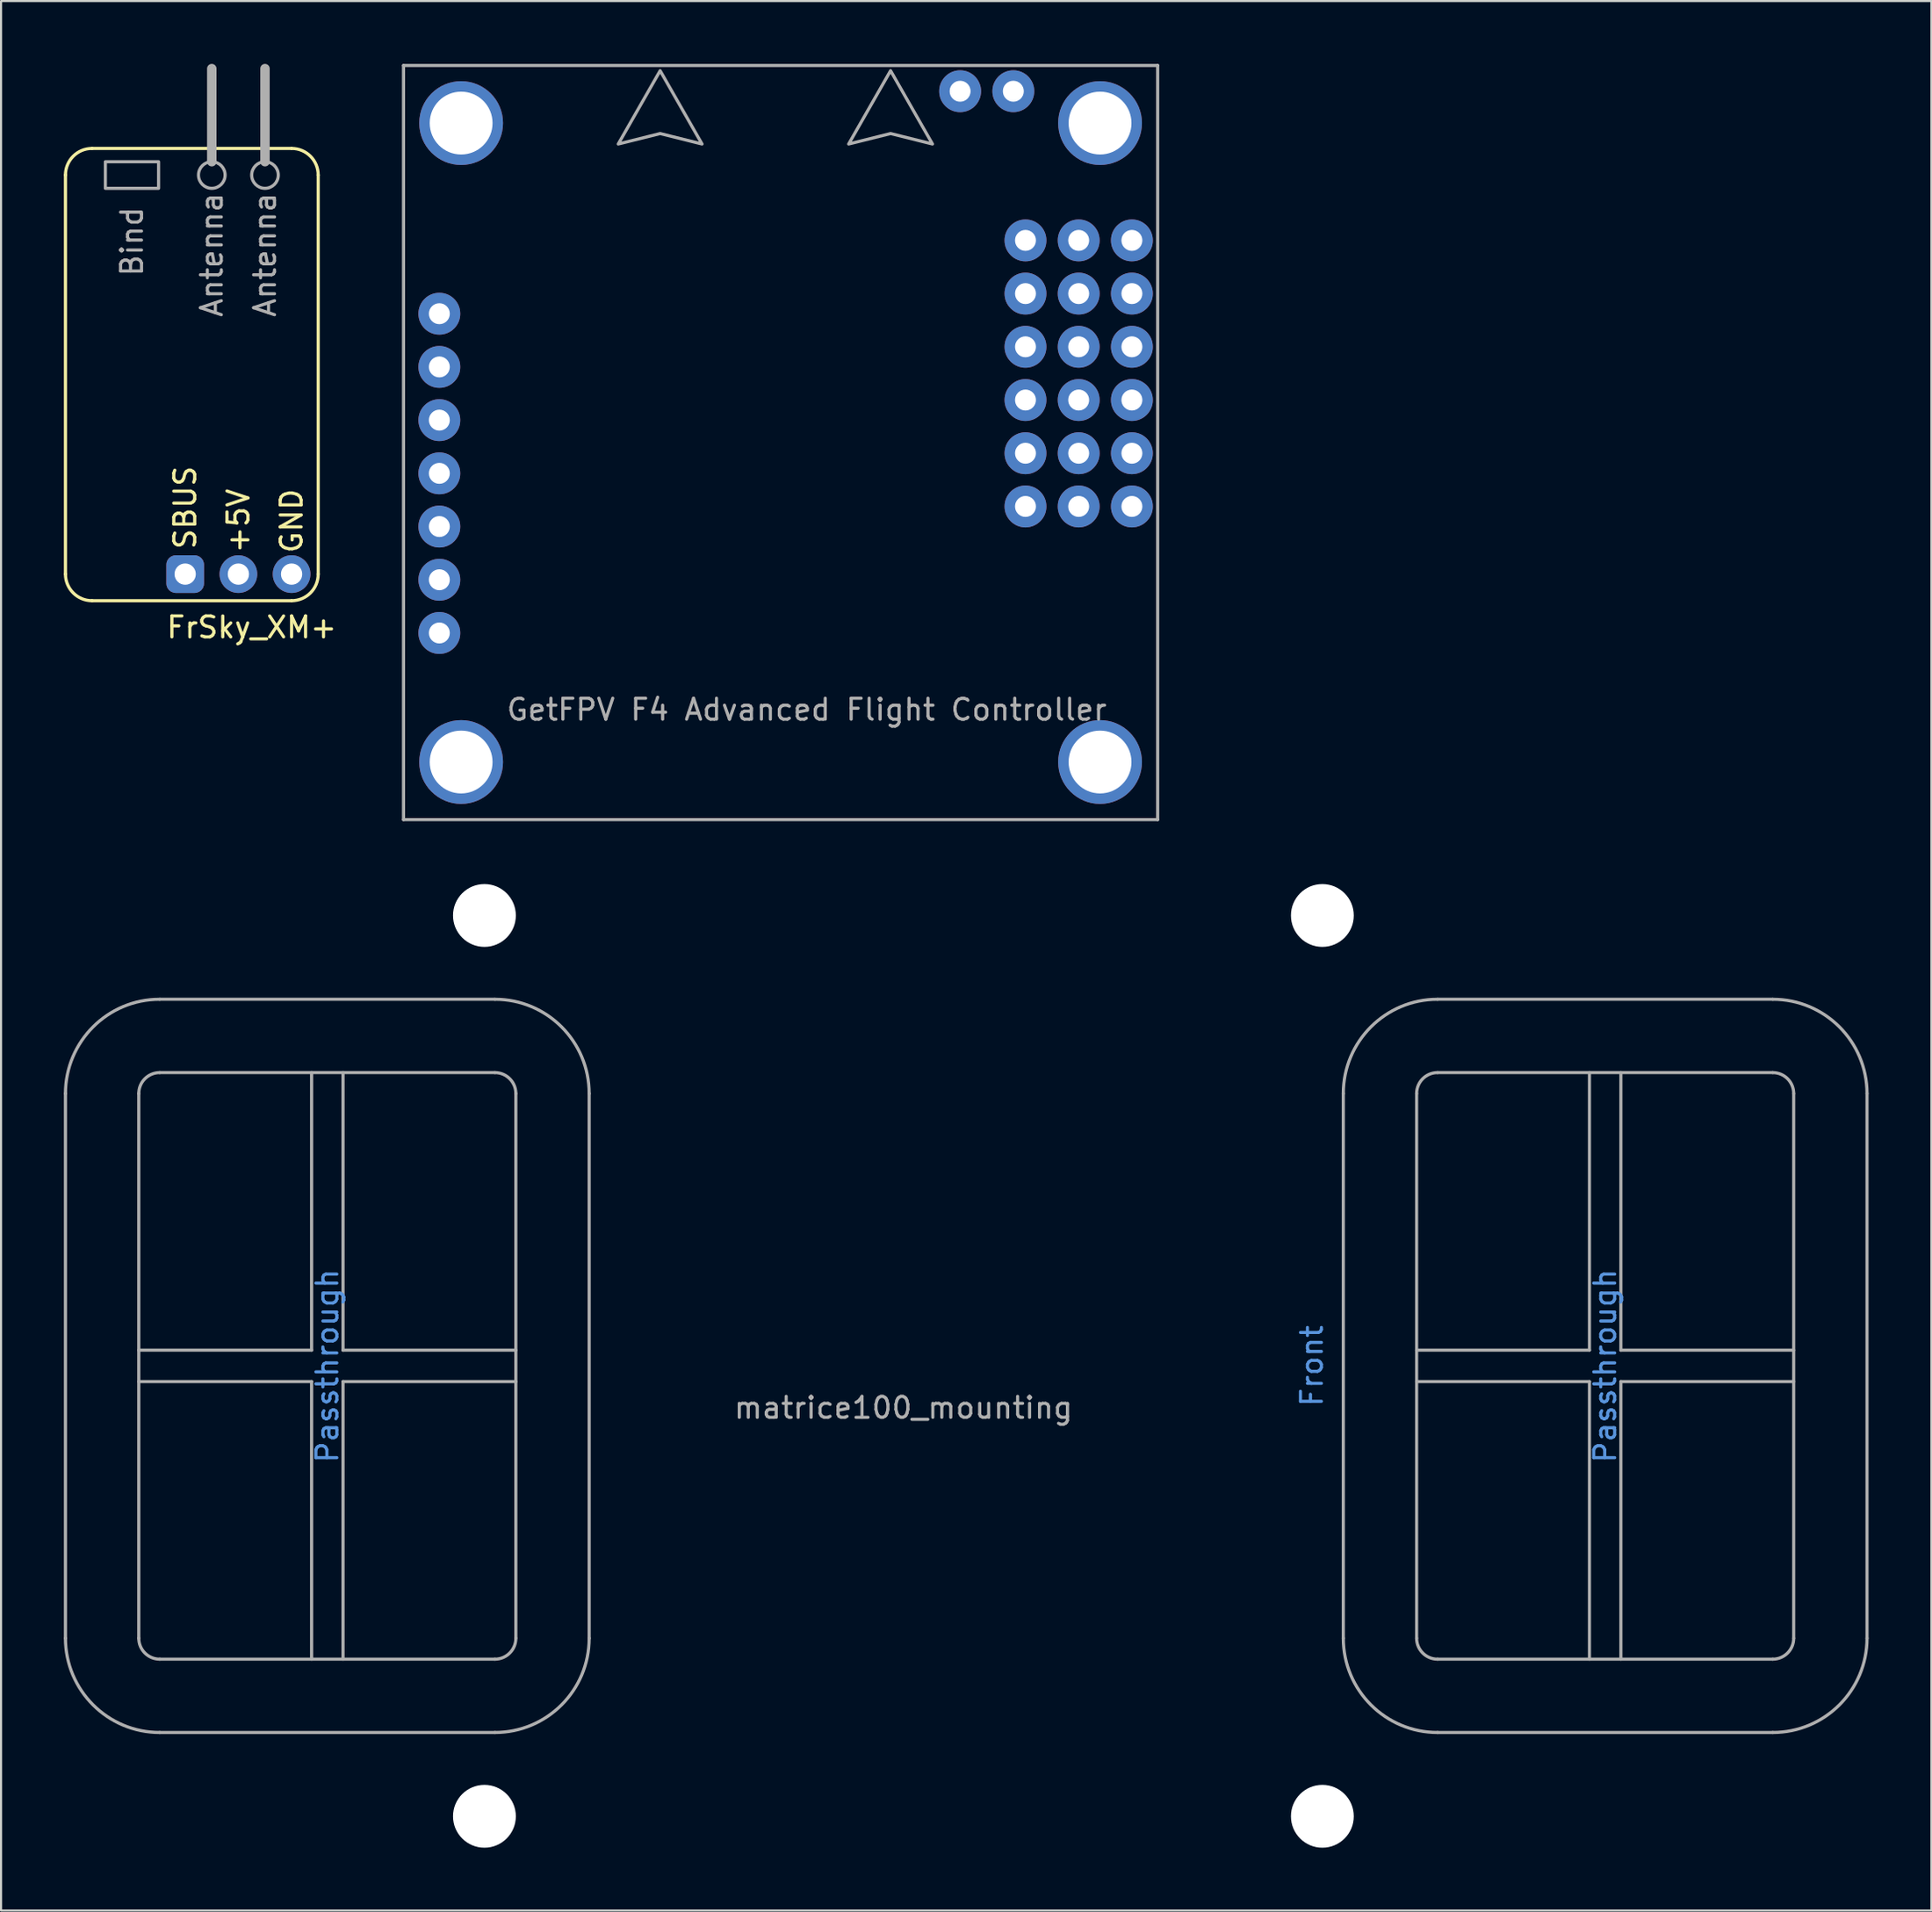
<source format=kicad_pcb>
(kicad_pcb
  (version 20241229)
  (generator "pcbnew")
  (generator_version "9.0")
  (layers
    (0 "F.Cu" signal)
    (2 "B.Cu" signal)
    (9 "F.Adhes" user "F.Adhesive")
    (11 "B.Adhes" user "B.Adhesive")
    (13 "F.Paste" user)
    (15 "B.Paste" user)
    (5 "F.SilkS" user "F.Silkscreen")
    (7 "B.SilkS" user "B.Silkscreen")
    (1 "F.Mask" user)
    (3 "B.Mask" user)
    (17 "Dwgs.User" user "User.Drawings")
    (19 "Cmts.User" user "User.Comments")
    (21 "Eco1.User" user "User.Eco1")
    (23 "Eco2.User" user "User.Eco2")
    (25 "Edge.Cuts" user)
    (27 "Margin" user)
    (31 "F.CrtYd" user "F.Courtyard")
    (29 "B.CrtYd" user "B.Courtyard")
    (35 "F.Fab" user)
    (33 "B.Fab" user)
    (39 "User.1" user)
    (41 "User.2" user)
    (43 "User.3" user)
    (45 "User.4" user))
  (footprint "GetFPV F4 Advanced Flight Controller"
    (layer "F.Cu")
    (at 18.963 33.325)
    (property "Reference" "GetFPV F4 Advanced Flight Controller" (at 16.5 -2.5 0) (layer "F.Fab") (effects (font (size 1 1) (thickness 0.15))))
    (attr through_hole)
    (fp_line (start -2.75 -33.25) (end 33.25 -33.25) (stroke (width 0.15) (type solid)) (layer "F.Fab"))
    (fp_line (start -2.75 2.75) (end -2.75 -33.25) (stroke (width 0.15) (type solid)) (layer "F.Fab"))
    (fp_line (start 33.25 -33.25) (end 33.25 2.75) (stroke (width 0.15) (type solid)) (layer "F.Fab"))
    (fp_line (start 33.25 2.75) (end -2.75 2.75) (stroke (width 0.15) (type solid)) (layer "F.Fab"))
    (fp_poly (pts (xy 9.5 -33) (xy 7.5 -29.5) (xy 9.5 -30) (xy 11.5 -29.5)) (stroke (width 0.15) (type solid)) (fill no) (layer "F.Fab"))
    (fp_poly (pts (xy 20.5 -33) (xy 18.5 -29.5) (xy 20.5 -30) (xy 22.5 -29.5)) (stroke (width 0.15) (type solid)) (fill no) (layer "F.Fab"))
    (pad "" np_thru_hole circle (at 0 -30.5 90) (size 4 4) (drill 3) (layers "*.Cu" "*.Mask"))
    (pad "" np_thru_hole circle (at 0 0 90) (size 4 4) (drill 3) (layers "*.Cu" "*.Mask"))
    (pad "" np_thru_hole circle (at 30.5 -30.5 90) (size 4 4) (drill 3) (layers "*.Cu" "*.Mask"))
    (pad "" np_thru_hole circle (at 30.5 0 90) (size 4 4) (drill 3) (layers "*.Cu" "*.Mask"))
    (pad "1" thru_hole circle (at 26.94 -24.9 90) (size 2 2) (drill 1) (layers "*.Cu" "*.Mask"))
    (pad "2" thru_hole circle (at 26.94 -22.36 90) (size 2 2) (drill 1) (layers "*.Cu" "*.Mask"))
    (pad "3" thru_hole circle (at 26.94 -19.82 90) (size 2 2) (drill 1) (layers "*.Cu" "*.Mask"))
    (pad "3V3" thru_hole circle (at 26.36 -32.02 90) (size 2 2) (drill 1) (layers "*.Cu" "*.Mask"))
    (pad "4" thru_hole circle (at 26.94 -17.28 90) (size 2 2) (drill 1) (layers "*.Cu" "*.Mask"))
    (pad "5" thru_hole circle (at 26.94 -14.74 90) (size 2 2) (drill 1) (layers "*.Cu" "*.Mask"))
    (pad "5V" thru_hole circle (at -1.04 -8.7 90) (size 2 2) (drill 1) (layers "*.Cu" "*.Mask"))
    (pad "6" thru_hole circle (at 26.94 -12.2 90) (size 2 2) (drill 1) (layers "*.Cu" "*.Mask"))
    (pad "7" thru_hole circle (at -1.04 -21.4 90) (size 2 2) (drill 1) (layers "*.Cu" "*.Mask"))
    (pad "8" thru_hole circle (at -1.04 -18.86 90) (size 2 2) (drill 1) (layers "*.Cu" "*.Mask"))
    (pad "9" thru_hole circle (at -1.04 -16.32 90) (size 2 2) (drill 1) (layers "*.Cu" "*.Mask"))
    (pad "10" thru_hole circle (at -1.04 -13.78 90) (size 2 2) (drill 1) (layers "*.Cu" "*.Mask"))
    (pad "11" thru_hole circle (at -1.04 -11.24 90) (size 2 2) (drill 1) (layers "*.Cu" "*.Mask"))
    (pad "GND" thru_hole circle (at -1.04 -6.16 90) (size 2 2) (drill 1) (layers "*.Cu" "*.Mask"))
    (pad "GND" thru_hole circle (at 23.82 -32.02 90) (size 2 2) (drill 1) (layers "*.Cu" "*.Mask"))
    (pad "GND" thru_hole circle (at 32.02 -24.9 90) (size 2 2) (drill 1) (layers "*.Cu" "*.Mask"))
    (pad "GND" thru_hole circle (at 32.02 -22.36 90) (size 2 2) (drill 1) (layers "*.Cu" "*.Mask"))
    (pad "GND" thru_hole circle (at 32.02 -19.82 90) (size 2 2) (drill 1) (layers "*.Cu" "*.Mask"))
    (pad "GND" thru_hole circle (at 32.02 -17.28 90) (size 2 2) (drill 1) (layers "*.Cu" "*.Mask"))
    (pad "GND" thru_hole circle (at 32.02 -14.74 90) (size 2 2) (drill 1) (layers "*.Cu" "*.Mask"))
    (pad "GND" thru_hole circle (at 32.02 -12.2 90) (size 2 2) (drill 1) (layers "*.Cu" "*.Mask"))
    (pad "VIN" thru_hole circle (at 29.48 -24.9 90) (size 2 2) (drill 1) (layers "*.Cu" "*.Mask"))
    (pad "VIN" thru_hole circle (at 29.48 -22.36 90) (size 2 2) (drill 1) (layers "*.Cu" "*.Mask"))
    (pad "VIN" thru_hole circle (at 29.48 -19.82 90) (size 2 2) (drill 1) (layers "*.Cu" "*.Mask"))
    (pad "VIN" thru_hole circle (at 29.48 -17.28 90) (size 2 2) (drill 1) (layers "*.Cu" "*.Mask"))
    (pad "VIN" thru_hole circle (at 29.48 -14.74 90) (size 2 2) (drill 1) (layers "*.Cu" "*.Mask"))
    (pad "VIN" thru_hole circle (at 29.48 -12.2 90) (size 2 2) (drill 1) (layers "*.Cu" "*.Mask")))
  (footprint "matrice100_mounting"
    (layer "F.Cu")
    (at 40.075 62.15)
    (property "Reference" "matrice100_mounting" (at 0 2 0) (layer "F.Fab") (effects (font (size 1 1) (thickness 0.15))))
    (attr exclude_from_pos_files exclude_from_bom)
    (fp_line (start -40 13) (end -40 -13) (stroke (width 0.15) (type solid)) (layer "F.Fab"))
    (fp_line (start -36.5 13) (end -36.5 -13) (stroke (width 0.15) (type solid)) (layer "F.Fab"))
    (fp_line (start -35.5 -17.5) (end -19.5 -17.5) (stroke (width 0.15) (type solid)) (layer "F.Fab"))
    (fp_line (start -35.5 -14) (end -19.5 -14) (stroke (width 0.15) (type solid)) (layer "F.Fab"))
    (fp_line (start -28.25 -14) (end -28.25 -0.75) (stroke (width 0.15) (type solid)) (layer "F.Fab"))
    (fp_line (start -28.25 -0.75) (end -36.5 -0.75) (stroke (width 0.15) (type solid)) (layer "F.Fab"))
    (fp_line (start -28.25 0.75) (end -36.5 0.75) (stroke (width 0.15) (type solid)) (layer "F.Fab"))
    (fp_line (start -28.25 0.75) (end -28.25 14) (stroke (width 0.15) (type solid)) (layer "F.Fab"))
    (fp_line (start -26.75 -14) (end -26.75 -0.75) (stroke (width 0.15) (type solid)) (layer "F.Fab"))
    (fp_line (start -26.75 -0.75) (end -18.5 -0.75) (stroke (width 0.15) (type solid)) (layer "F.Fab"))
    (fp_line (start -26.75 0.75) (end -26.75 14) (stroke (width 0.15) (type solid)) (layer "F.Fab"))
    (fp_line (start -26.75 0.75) (end -18.5 0.75) (stroke (width 0.15) (type solid)) (layer "F.Fab"))
    (fp_line (start -19.5 14) (end -35.5 14) (stroke (width 0.15) (type solid)) (layer "F.Fab"))
    (fp_line (start -19.5 17.5) (end -35.5 17.5) (stroke (width 0.15) (type solid)) (layer "F.Fab"))
    (fp_line (start -18.5 -13) (end -18.5 13) (stroke (width 0.15) (type solid)) (layer "F.Fab"))
    (fp_line (start -15 -13) (end -15 13) (stroke (width 0.15) (type solid)) (layer "F.Fab"))
    (fp_line (start 21 13) (end 21 -13) (stroke (width 0.15) (type solid)) (layer "F.Fab"))
    (fp_line (start 24.5 13) (end 24.5 -13) (stroke (width 0.15) (type solid)) (layer "F.Fab"))
    (fp_line (start 25.5 -17.5) (end 41.5 -17.5) (stroke (width 0.15) (type solid)) (layer "F.Fab"))
    (fp_line (start 25.5 -14) (end 41.5 -14) (stroke (width 0.15) (type solid)) (layer "F.Fab"))
    (fp_line (start 32.75 -14) (end 32.75 -0.75) (stroke (width 0.15) (type solid)) (layer "F.Fab"))
    (fp_line (start 32.75 -0.75) (end 24.5 -0.75) (stroke (width 0.15) (type solid)) (layer "F.Fab"))
    (fp_line (start 32.75 0.75) (end 24.5 0.75) (stroke (width 0.15) (type solid)) (layer "F.Fab"))
    (fp_line (start 32.75 0.75) (end 32.75 14) (stroke (width 0.15) (type solid)) (layer "F.Fab"))
    (fp_line (start 34.25 -14) (end 34.25 -0.75) (stroke (width 0.15) (type solid)) (layer "F.Fab"))
    (fp_line (start 34.25 -0.75) (end 42.5 -0.75) (stroke (width 0.15) (type solid)) (layer "F.Fab"))
    (fp_line (start 34.25 0.75) (end 34.25 14) (stroke (width 0.15) (type solid)) (layer "F.Fab"))
    (fp_line (start 34.25 0.75) (end 42.5 0.75) (stroke (width 0.15) (type solid)) (layer "F.Fab"))
    (fp_line (start 41.5 14) (end 25.5 14) (stroke (width 0.15) (type solid)) (layer "F.Fab"))
    (fp_line (start 41.5 17.5) (end 25.5 17.5) (stroke (width 0.15) (type solid)) (layer "F.Fab"))
    (fp_line (start 42.5 -13) (end 42.5 13) (stroke (width 0.15) (type solid)) (layer "F.Fab"))
    (fp_line (start 46 -13) (end 46 13) (stroke (width 0.15) (type solid)) (layer "F.Fab"))
    (fp_arc (start -40 -13) (mid -38.681981 -16.181981) (end -35.5 -17.5) (stroke (width 0.15) (type solid)) (layer "F.Fab"))
    (fp_arc (start -36.5 -13) (mid -36.207107 -13.707107) (end -35.5 -14) (stroke (width 0.15) (type solid)) (layer "F.Fab"))
    (fp_arc (start -35.5 14) (mid -36.207107 13.707107) (end -36.5 13) (stroke (width 0.15) (type solid)) (layer "F.Fab"))
    (fp_arc (start -35.5 17.5) (mid -38.681981 16.181981) (end -40 13) (stroke (width 0.15) (type solid)) (layer "F.Fab"))
    (fp_arc (start -19.5 -17.5) (mid -16.318019 -16.181981) (end -15 -13) (stroke (width 0.15) (type solid)) (layer "F.Fab"))
    (fp_arc (start -19.5 -14) (mid -18.792893 -13.707107) (end -18.5 -13) (stroke (width 0.15) (type solid)) (layer "F.Fab"))
    (fp_arc (start -18.5 13) (mid -18.792893 13.707107) (end -19.5 14) (stroke (width 0.15) (type solid)) (layer "F.Fab"))
    (fp_arc (start -15 13) (mid -16.318019 16.181981) (end -19.5 17.5) (stroke (width 0.15) (type solid)) (layer "F.Fab"))
    (fp_arc (start 21 -13) (mid 22.318019 -16.181981) (end 25.5 -17.5) (stroke (width 0.15) (type solid)) (layer "F.Fab"))
    (fp_arc (start 24.5 -13) (mid 24.792893 -13.707107) (end 25.5 -14) (stroke (width 0.15) (type solid)) (layer "F.Fab"))
    (fp_arc (start 25.5 14) (mid 24.792893 13.707107) (end 24.5 13) (stroke (width 0.15) (type solid)) (layer "F.Fab"))
    (fp_arc (start 25.5 17.5) (mid 22.318019 16.181981) (end 21 13) (stroke (width 0.15) (type solid)) (layer "F.Fab"))
    (fp_arc (start 41.5 -17.5) (mid 44.681981 -16.181981) (end 46 -13) (stroke (width 0.15) (type solid)) (layer "F.Fab"))
    (fp_arc (start 41.5 -14) (mid 42.207107 -13.707107) (end 42.5 -13) (stroke (width 0.15) (type solid)) (layer "F.Fab"))
    (fp_arc (start 42.5 13) (mid 42.207107 13.707107) (end 41.5 14) (stroke (width 0.15) (type solid)) (layer "F.Fab"))
    (fp_arc (start 46 13) (mid 44.681981 16.181981) (end 41.5 17.5) (stroke (width 0.15) (type solid)) (layer "F.Fab"))
    (fp_text user "Passthrough" (at -27.5 0 90) (layer "Cmts.User") (effects (font (size 1 1) (thickness 0.15))))
    (fp_text user "Passthrough" (at 33.5 0 90) (layer "Cmts.User") (effects (font (size 1 1) (thickness 0.15))))
    (fp_text user "Front" (at 19.5 0 90) (layer "Cmts.User") (effects (font (size 1 1) (thickness 0.15))))
    (pad "" np_thru_hole circle (at -20 -21.5) (size 3 3) (drill 3) (layers "*.Cu" "*.Mask"))
    (pad "" np_thru_hole circle (at -20 21.5) (size 3 3) (drill 3) (layers "*.Cu" "*.Mask"))
    (pad "" np_thru_hole circle (at 20 -21.5) (size 3 3) (drill 3) (layers "*.Cu" "*.Mask"))
    (pad "" np_thru_hole circle (at 20 21.5) (size 3 3) (drill 3) (layers "*.Cu" "*.Mask")))
  (footprint "FrSky_XM+"
    (layer "F.Cu")
    (at 5.79 24.355)
    (property "Reference" "FrSky_XM+" (at 3.175 2.54 0) (layer "F.SilkS") (effects (font (size 1 1) (thickness 0.15))))
    (attr through_hole)
    (fp_line (start -5.715 0) (end -5.715 -19.05) (stroke (width 0.15) (type solid)) (layer "F.SilkS"))
    (fp_line (start -4.445 -20.32) (end 5.08 -20.32) (stroke (width 0.15) (type solid)) (layer "F.SilkS"))
    (fp_line (start 5.08 1.27) (end -4.445 1.27) (stroke (width 0.15) (type solid)) (layer "F.SilkS"))
    (fp_line (start 6.35 -19.05) (end 6.35 0) (stroke (width 0.15) (type solid)) (layer "F.SilkS"))
    (fp_arc (start -5.715 -19.05) (mid -5.343026 -19.948026) (end -4.445 -20.32) (stroke (width 0.15) (type solid)) (layer "F.SilkS"))
    (fp_arc (start -4.445 1.27) (mid -5.343026 0.898026) (end -5.715 0) (stroke (width 0.15) (type solid)) (layer "F.SilkS"))
    (fp_arc (start 5.08 -20.32) (mid 5.978026 -19.948026) (end 6.35 -19.05) (stroke (width 0.15) (type solid)) (layer "F.SilkS"))
    (fp_arc (start 6.35 0) (mid 5.978026 0.898026) (end 5.08 1.27) (stroke (width 0.15) (type solid)) (layer "F.SilkS"))
    (fp_line (start 1.27 -19.685) (end 1.27 -24.13) (stroke (width 0.45) (type solid)) (layer "F.Fab"))
    (fp_line (start 3.81 -19.685) (end 3.81 -24.13) (stroke (width 0.45) (type solid)) (layer "F.Fab"))
    (fp_circle (center 1.27 -19.05) (end 1.905 -19.05) (stroke (width 0.15) (type solid)) (fill no) (layer "F.Fab"))
    (fp_circle (center 3.81 -19.05) (end 4.445 -19.05) (stroke (width 0.15) (type solid)) (fill no) (layer "F.Fab"))
    (fp_poly (pts (xy -3.81 -19.685) (xy -1.27 -19.685) (xy -1.27 -18.415) (xy -3.81 -18.415)) (stroke (width 0.15) (type solid)) (fill no) (layer "F.Fab"))
    (fp_text user "GND" (at 5.08 -2.54 90) (layer "F.SilkS") (effects (font (size 1 1) (thickness 0.15))))
    (fp_text user "+5V" (at 2.54 -2.54 90) (layer "F.SilkS") (effects (font (size 1 1) (thickness 0.15))))
    (fp_text user "SBUS" (at 0 -3.175 90) (layer "F.SilkS") (effects (font (size 1 1) (thickness 0.15))))
    (fp_text user "Antenna" (at 1.27 -15.24 90) (layer "F.Fab") (effects (font (size 1 1) (thickness 0.15))))
    (fp_text user "Antenna" (at 3.81 -15.24 90) (layer "F.Fab") (effects (font (size 1 1) (thickness 0.15))))
    (fp_text user "Bind" (at -2.54 -15.875 90) (layer "F.Fab") (effects (font (size 1 1) (thickness 0.15))))
    (pad "1" thru_hole roundrect (at 0 0) (size 1.8 1.8) (drill 1.016) (layers "*.Cu" "*.Mask") (roundrect_rratio 0.25))
    (pad "2" thru_hole circle (at 2.54 0) (size 1.8 1.8) (drill 1.016) (layers "*.Cu" "*.Mask"))
    (pad "3" thru_hole circle (at 5.08 0) (size 1.8 1.8) (drill 1.016) (layers "*.Cu" "*.Mask")))
  (gr_rect
    (start -3 -3)
    (end 89.15 88.15)
    (stroke (width 0.1) (type default))
    (fill no)
    (layer "Edge.Cuts")))
</source>
